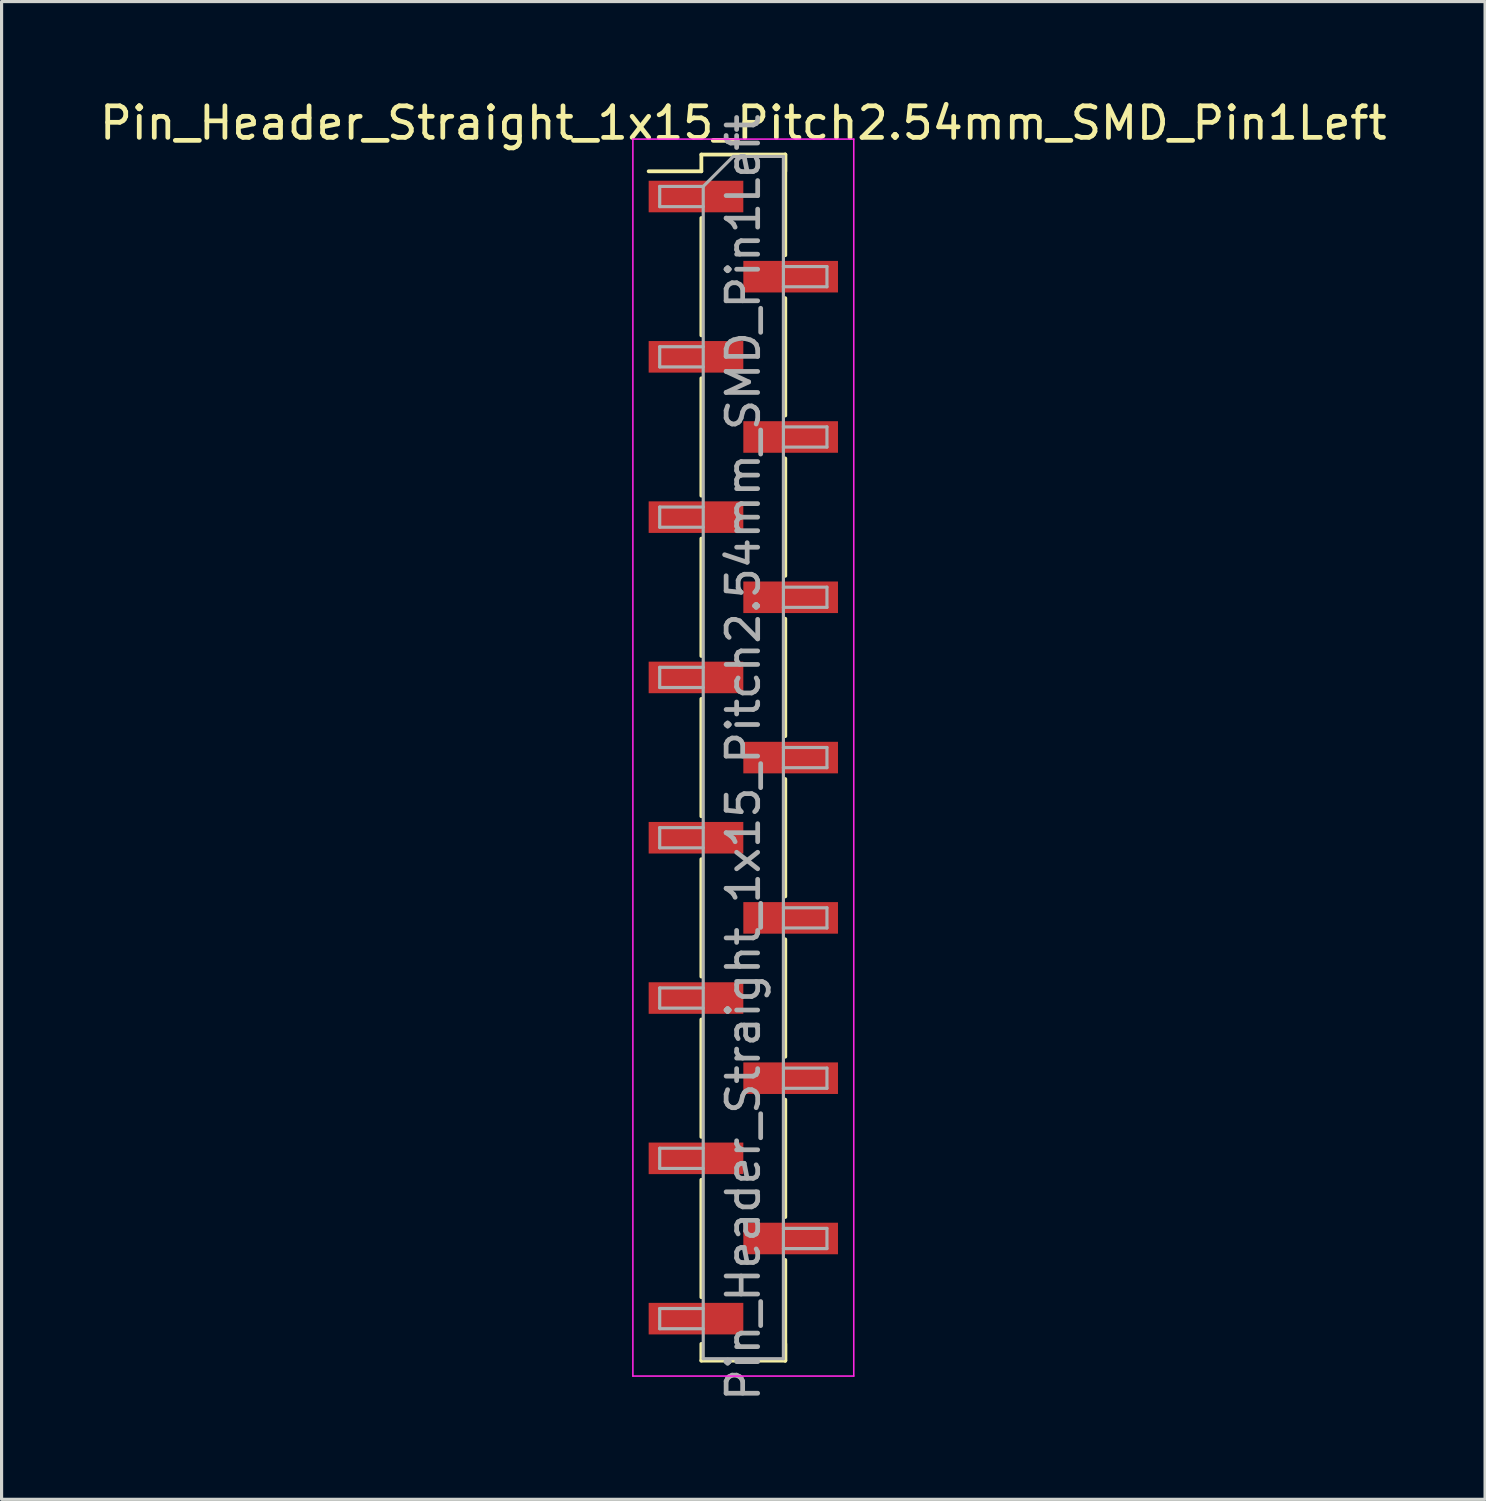
<source format=kicad_pcb>
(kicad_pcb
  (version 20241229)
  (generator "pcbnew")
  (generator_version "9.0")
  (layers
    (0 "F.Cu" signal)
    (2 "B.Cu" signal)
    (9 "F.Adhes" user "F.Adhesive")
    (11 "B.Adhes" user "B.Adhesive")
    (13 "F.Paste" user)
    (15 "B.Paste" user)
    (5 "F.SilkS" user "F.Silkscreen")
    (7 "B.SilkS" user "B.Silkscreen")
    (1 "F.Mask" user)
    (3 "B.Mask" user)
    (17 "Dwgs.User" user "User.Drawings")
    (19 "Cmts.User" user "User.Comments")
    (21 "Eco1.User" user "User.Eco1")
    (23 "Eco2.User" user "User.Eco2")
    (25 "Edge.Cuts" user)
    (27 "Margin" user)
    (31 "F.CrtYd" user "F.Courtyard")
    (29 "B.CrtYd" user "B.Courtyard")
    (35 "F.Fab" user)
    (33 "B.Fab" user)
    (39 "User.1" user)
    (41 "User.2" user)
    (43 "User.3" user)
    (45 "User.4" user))
  (footprint "Pin_Header_Straight_1x15_Pitch2.54mm_SMD_Pin1Left"
    (layer "F.Cu")
    (at 20.506 20.958)
    (property "Reference" "Pin_Header_Straight_1x15_Pitch2.54mm_SMD_Pin1Left" (at 0 -20.11 0) (layer "F.SilkS") (effects (font (size 1 1) (thickness 0.15))))
    (attr smd)
    (fp_line (start -1.33 -19.11) (end 1.33 -19.11) (stroke (width 0.12) (type solid)) (layer "F.SilkS"))
    (fp_line (start -1.33 -18.58) (end -3 -18.58) (stroke (width 0.12) (type solid)) (layer "F.SilkS"))
    (fp_line (start -1.33 -18.58) (end -1.33 -19.11) (stroke (width 0.12) (type solid)) (layer "F.SilkS"))
    (fp_line (start -1.33 -17.1) (end -1.33 -13.38) (stroke (width 0.12) (type solid)) (layer "F.SilkS"))
    (fp_line (start -1.33 -12.02) (end -1.33 -8.3) (stroke (width 0.12) (type solid)) (layer "F.SilkS"))
    (fp_line (start -1.33 -6.94) (end -1.33 -3.22) (stroke (width 0.12) (type solid)) (layer "F.SilkS"))
    (fp_line (start -1.33 -1.86) (end -1.33 1.86) (stroke (width 0.12) (type solid)) (layer "F.SilkS"))
    (fp_line (start -1.33 3.22) (end -1.33 6.94) (stroke (width 0.12) (type solid)) (layer "F.SilkS"))
    (fp_line (start -1.33 8.3) (end -1.33 12.02) (stroke (width 0.12) (type solid)) (layer "F.SilkS"))
    (fp_line (start -1.33 13.38) (end -1.33 17.1) (stroke (width 0.12) (type solid)) (layer "F.SilkS"))
    (fp_line (start -1.33 18.58) (end -1.33 19.11) (stroke (width 0.12) (type solid)) (layer "F.SilkS"))
    (fp_line (start -1.33 19.11) (end 1.33 19.11) (stroke (width 0.12) (type solid)) (layer "F.SilkS"))
    (fp_line (start 1.33 -19.11) (end 1.33 -18.58) (stroke (width 0.12) (type solid)) (layer "F.SilkS"))
    (fp_line (start 1.33 -19.11) (end 1.33 -15.92) (stroke (width 0.12) (type solid)) (layer "F.SilkS"))
    (fp_line (start 1.33 -14.56) (end 1.33 -10.84) (stroke (width 0.12) (type solid)) (layer "F.SilkS"))
    (fp_line (start 1.33 -9.48) (end 1.33 -5.76) (stroke (width 0.12) (type solid)) (layer "F.SilkS"))
    (fp_line (start 1.33 -4.4) (end 1.33 -0.68) (stroke (width 0.12) (type solid)) (layer "F.SilkS"))
    (fp_line (start 1.33 0.68) (end 1.33 4.4) (stroke (width 0.12) (type solid)) (layer "F.SilkS"))
    (fp_line (start 1.33 5.76) (end 1.33 9.48) (stroke (width 0.12) (type solid)) (layer "F.SilkS"))
    (fp_line (start 1.33 10.84) (end 1.33 14.56) (stroke (width 0.12) (type solid)) (layer "F.SilkS"))
    (fp_line (start 1.33 15.92) (end 1.33 19.11) (stroke (width 0.12) (type solid)) (layer "F.SilkS"))
    (fp_line (start 1.33 19.11) (end 1.33 18.58) (stroke (width 0.12) (type solid)) (layer "F.SilkS"))
    (fp_line (start -3.5 -19.6) (end -3.5 19.6) (stroke (width 0.05) (type solid)) (layer "F.CrtYd"))
    (fp_line (start -3.5 19.6) (end 3.5 19.6) (stroke (width 0.05) (type solid)) (layer "F.CrtYd"))
    (fp_line (start 3.5 -19.6) (end -3.5 -19.6) (stroke (width 0.05) (type solid)) (layer "F.CrtYd"))
    (fp_line (start 3.5 19.6) (end 3.5 -19.6) (stroke (width 0.05) (type solid)) (layer "F.CrtYd"))
    (fp_line (start -2.65 -18.1) (end -2.65 -17.46) (stroke (width 0.1) (type solid)) (layer "F.Fab"))
    (fp_line (start -2.65 -17.46) (end -1.27 -17.46) (stroke (width 0.1) (type solid)) (layer "F.Fab"))
    (fp_line (start -2.65 -13.02) (end -2.65 -12.38) (stroke (width 0.1) (type solid)) (layer "F.Fab"))
    (fp_line (start -2.65 -12.38) (end -1.27 -12.38) (stroke (width 0.1) (type solid)) (layer "F.Fab"))
    (fp_line (start -2.65 -7.94) (end -2.65 -7.3) (stroke (width 0.1) (type solid)) (layer "F.Fab"))
    (fp_line (start -2.65 -7.3) (end -1.27 -7.3) (stroke (width 0.1) (type solid)) (layer "F.Fab"))
    (fp_line (start -2.65 -2.86) (end -2.65 -2.22) (stroke (width 0.1) (type solid)) (layer "F.Fab"))
    (fp_line (start -2.65 -2.22) (end -1.27 -2.22) (stroke (width 0.1) (type solid)) (layer "F.Fab"))
    (fp_line (start -2.65 2.22) (end -2.65 2.86) (stroke (width 0.1) (type solid)) (layer "F.Fab"))
    (fp_line (start -2.65 2.86) (end -1.27 2.86) (stroke (width 0.1) (type solid)) (layer "F.Fab"))
    (fp_line (start -2.65 7.3) (end -2.65 7.94) (stroke (width 0.1) (type solid)) (layer "F.Fab"))
    (fp_line (start -2.65 7.94) (end -1.27 7.94) (stroke (width 0.1) (type solid)) (layer "F.Fab"))
    (fp_line (start -2.65 12.38) (end -2.65 13.02) (stroke (width 0.1) (type solid)) (layer "F.Fab"))
    (fp_line (start -2.65 13.02) (end -1.27 13.02) (stroke (width 0.1) (type solid)) (layer "F.Fab"))
    (fp_line (start -2.65 17.46) (end -2.65 18.1) (stroke (width 0.1) (type solid)) (layer "F.Fab"))
    (fp_line (start -2.65 18.1) (end -1.27 18.1) (stroke (width 0.1) (type solid)) (layer "F.Fab"))
    (fp_line (start -1.27 -18.1) (end -2.65 -18.1) (stroke (width 0.1) (type solid)) (layer "F.Fab"))
    (fp_line (start -1.27 -18.1) (end -0.32 -19.05) (stroke (width 0.1) (type solid)) (layer "F.Fab"))
    (fp_line (start -1.27 -13.02) (end -2.65 -13.02) (stroke (width 0.1) (type solid)) (layer "F.Fab"))
    (fp_line (start -1.27 -7.94) (end -2.65 -7.94) (stroke (width 0.1) (type solid)) (layer "F.Fab"))
    (fp_line (start -1.27 -2.86) (end -2.65 -2.86) (stroke (width 0.1) (type solid)) (layer "F.Fab"))
    (fp_line (start -1.27 2.22) (end -2.65 2.22) (stroke (width 0.1) (type solid)) (layer "F.Fab"))
    (fp_line (start -1.27 7.3) (end -2.65 7.3) (stroke (width 0.1) (type solid)) (layer "F.Fab"))
    (fp_line (start -1.27 12.38) (end -2.65 12.38) (stroke (width 0.1) (type solid)) (layer "F.Fab"))
    (fp_line (start -1.27 17.46) (end -2.65 17.46) (stroke (width 0.1) (type solid)) (layer "F.Fab"))
    (fp_line (start -1.27 19.05) (end -1.27 -18.1) (stroke (width 0.1) (type solid)) (layer "F.Fab"))
    (fp_line (start -0.32 -19.05) (end 1.27 -19.05) (stroke (width 0.1) (type solid)) (layer "F.Fab"))
    (fp_line (start 1.27 -19.05) (end 1.27 19.05) (stroke (width 0.1) (type solid)) (layer "F.Fab"))
    (fp_line (start 1.27 -15.56) (end 2.65 -15.56) (stroke (width 0.1) (type solid)) (layer "F.Fab"))
    (fp_line (start 1.27 -10.48) (end 2.65 -10.48) (stroke (width 0.1) (type solid)) (layer "F.Fab"))
    (fp_line (start 1.27 -5.4) (end 2.65 -5.4) (stroke (width 0.1) (type solid)) (layer "F.Fab"))
    (fp_line (start 1.27 -0.32) (end 2.65 -0.32) (stroke (width 0.1) (type solid)) (layer "F.Fab"))
    (fp_line (start 1.27 4.76) (end 2.65 4.76) (stroke (width 0.1) (type solid)) (layer "F.Fab"))
    (fp_line (start 1.27 9.84) (end 2.65 9.84) (stroke (width 0.1) (type solid)) (layer "F.Fab"))
    (fp_line (start 1.27 14.92) (end 2.65 14.92) (stroke (width 0.1) (type solid)) (layer "F.Fab"))
    (fp_line (start 1.27 19.05) (end -1.27 19.05) (stroke (width 0.1) (type solid)) (layer "F.Fab"))
    (fp_line (start 2.65 -15.56) (end 2.65 -14.92) (stroke (width 0.1) (type solid)) (layer "F.Fab"))
    (fp_line (start 2.65 -14.92) (end 1.27 -14.92) (stroke (width 0.1) (type solid)) (layer "F.Fab"))
    (fp_line (start 2.65 -10.48) (end 2.65 -9.84) (stroke (width 0.1) (type solid)) (layer "F.Fab"))
    (fp_line (start 2.65 -9.84) (end 1.27 -9.84) (stroke (width 0.1) (type solid)) (layer "F.Fab"))
    (fp_line (start 2.65 -5.4) (end 2.65 -4.76) (stroke (width 0.1) (type solid)) (layer "F.Fab"))
    (fp_line (start 2.65 -4.76) (end 1.27 -4.76) (stroke (width 0.1) (type solid)) (layer "F.Fab"))
    (fp_line (start 2.65 -0.32) (end 2.65 0.32) (stroke (width 0.1) (type solid)) (layer "F.Fab"))
    (fp_line (start 2.65 0.32) (end 1.27 0.32) (stroke (width 0.1) (type solid)) (layer "F.Fab"))
    (fp_line (start 2.65 4.76) (end 2.65 5.4) (stroke (width 0.1) (type solid)) (layer "F.Fab"))
    (fp_line (start 2.65 5.4) (end 1.27 5.4) (stroke (width 0.1) (type solid)) (layer "F.Fab"))
    (fp_line (start 2.65 9.84) (end 2.65 10.48) (stroke (width 0.1) (type solid)) (layer "F.Fab"))
    (fp_line (start 2.65 10.48) (end 1.27 10.48) (stroke (width 0.1) (type solid)) (layer "F.Fab"))
    (fp_line (start 2.65 14.92) (end 2.65 15.56) (stroke (width 0.1) (type solid)) (layer "F.Fab"))
    (fp_line (start 2.65 15.56) (end 1.27 15.56) (stroke (width 0.1) (type solid)) (layer "F.Fab"))
    (fp_text user "${REFERENCE}" (at 0 0 90) (layer "F.Fab") (effects (font (size 1 1) (thickness 0.15))))
    (pad "1" smd rect (at -1.5 -17.78) (size 3 1) (layers "F.Cu" "F.Mask" "F.Paste"))
    (pad "2" smd rect (at 1.5 -15.24) (size 3 1) (layers "F.Cu" "F.Mask" "F.Paste"))
    (pad "3" smd rect (at -1.5 -12.7) (size 3 1) (layers "F.Cu" "F.Mask" "F.Paste"))
    (pad "4" smd rect (at 1.5 -10.16) (size 3 1) (layers "F.Cu" "F.Mask" "F.Paste"))
    (pad "5" smd rect (at -1.5 -7.62) (size 3 1) (layers "F.Cu" "F.Mask" "F.Paste"))
    (pad "6" smd rect (at 1.5 -5.08) (size 3 1) (layers "F.Cu" "F.Mask" "F.Paste"))
    (pad "7" smd rect (at -1.5 -2.54) (size 3 1) (layers "F.Cu" "F.Mask" "F.Paste"))
    (pad "8" smd rect (at 1.5 0) (size 3 1) (layers "F.Cu" "F.Mask" "F.Paste"))
    (pad "9" smd rect (at -1.5 2.54) (size 3 1) (layers "F.Cu" "F.Mask" "F.Paste"))
    (pad "10" smd rect (at 1.5 5.08) (size 3 1) (layers "F.Cu" "F.Mask" "F.Paste"))
    (pad "11" smd rect (at -1.5 7.62) (size 3 1) (layers "F.Cu" "F.Mask" "F.Paste"))
    (pad "12" smd rect (at 1.5 10.16) (size 3 1) (layers "F.Cu" "F.Mask" "F.Paste"))
    (pad "13" smd rect (at -1.5 12.7) (size 3 1) (layers "F.Cu" "F.Mask" "F.Paste"))
    (pad "14" smd rect (at 1.5 15.24) (size 3 1) (layers "F.Cu" "F.Mask" "F.Paste"))
    (pad "15" smd rect (at -1.5 17.78) (size 3 1) (layers "F.Cu" "F.Mask" "F.Paste")))
  (gr_rect
    (start -3 -3)
    (end 44.012 44.464)
    (stroke (width 0.1) (type default))
    (fill no)
    (layer "Edge.Cuts")))
</source>
